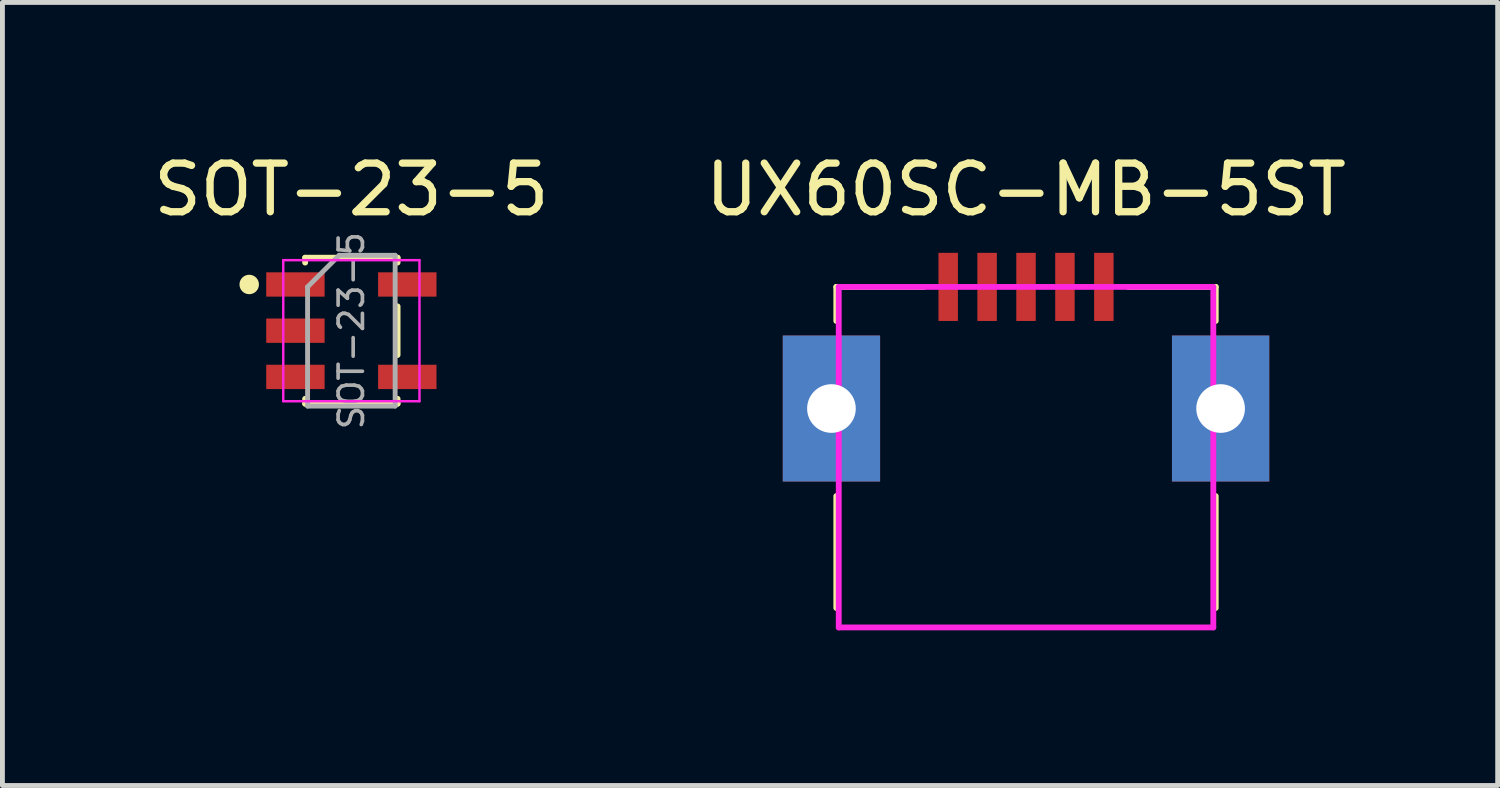
<source format=kicad_pcb>
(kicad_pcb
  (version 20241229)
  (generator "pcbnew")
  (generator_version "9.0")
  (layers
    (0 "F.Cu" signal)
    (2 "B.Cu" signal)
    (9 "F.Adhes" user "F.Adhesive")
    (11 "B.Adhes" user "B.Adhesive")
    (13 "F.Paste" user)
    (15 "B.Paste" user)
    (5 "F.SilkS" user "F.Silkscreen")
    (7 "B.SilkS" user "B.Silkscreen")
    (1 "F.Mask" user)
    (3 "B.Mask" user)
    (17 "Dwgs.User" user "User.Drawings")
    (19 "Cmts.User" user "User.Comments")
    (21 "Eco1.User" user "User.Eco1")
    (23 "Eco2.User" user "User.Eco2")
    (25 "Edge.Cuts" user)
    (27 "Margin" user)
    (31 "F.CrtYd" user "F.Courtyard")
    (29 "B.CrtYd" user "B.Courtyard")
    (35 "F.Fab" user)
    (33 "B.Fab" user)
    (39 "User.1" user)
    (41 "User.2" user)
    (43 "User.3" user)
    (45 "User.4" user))
  (footprint "UX60SC-MB-5ST"
    (layer "F.Cu")
    (at 18.042 9.848)
    (property "Reference" "UX60SC-MB-5ST" (at 0 -9 0) (layer "F.SilkS") (effects (font (size 1 1) (thickness 0.15))))
    (attr through_hole)
    (fp_line (start -3.9 -7) (end -2.1 -7) (stroke (width 0.12) (type solid)) (layer "F.SilkS"))
    (fp_line (start -3.9 -6.3) (end -3.9 -7) (stroke (width 0.12) (type solid)) (layer "F.SilkS"))
    (fp_line (start -3.9 -2.7) (end -3.9 -0.4) (stroke (width 0.12) (type solid)) (layer "F.SilkS"))
    (fp_line (start 3.9 -7) (end 2.1 -7) (stroke (width 0.12) (type solid)) (layer "F.SilkS"))
    (fp_line (start 3.9 -6.3) (end 3.9 -7) (stroke (width 0.12) (type solid)) (layer "F.SilkS"))
    (fp_line (start 3.9 -2.7) (end 3.9 -0.4) (stroke (width 0.12) (type solid)) (layer "F.SilkS"))
    (fp_line (start -3.85 -7) (end 3.85 -7) (stroke (width 0.12) (type solid)) (layer "F.CrtYd"))
    (fp_line (start -3.85 0) (end -3.85 -7) (stroke (width 0.12) (type solid)) (layer "F.CrtYd"))
    (fp_line (start 3.85 -7) (end 3.85 0) (stroke (width 0.12) (type solid)) (layer "F.CrtYd"))
    (fp_line (start 3.85 0) (end -3.85 0) (stroke (width 0.12) (type solid)) (layer "F.CrtYd"))
    (pad "1" smd rect (at -1.6 -7) (size 0.4 1.4) (layers "F.Cu" "F.Mask" "F.Paste"))
    (pad "2" smd rect (at -0.8 -7) (size 0.4 1.4) (layers "F.Cu" "F.Mask" "F.Paste"))
    (pad "3" smd rect (at 0 -7) (size 0.4 1.4) (layers "F.Cu" "F.Mask" "F.Paste"))
    (pad "4" smd rect (at 0.8 -7) (size 0.4 1.4) (layers "F.Cu" "F.Mask" "F.Paste"))
    (pad "5" smd rect (at 1.6 -7) (size 0.4 1.4) (layers "F.Cu" "F.Mask" "F.Paste"))
    (pad "6" thru_hole rect (at -4 -4.5 180) (size 2 3) (drill 1) (layers "*.Cu" "*.Mask"))
    (pad "6" thru_hole rect (at 4 -4.5 180) (size 2 3) (drill 1) (layers "*.Cu" "*.Mask")))
  (footprint "SOT-23-5"
    (layer "F.Cu")
    (at 4.173 3.748)
    (property "Reference" "SOT-23-5" (at 0 -2.9 0) (layer "F.SilkS") (effects (font (size 1 1) (thickness 0.15))))
    (attr smd)
    (fp_line (start -0.95 -1.5) (end -0.95 -1.4) (stroke (width 0.12) (type solid)) (layer "F.SilkS"))
    (fp_line (start -0.95 1.4) (end -0.95 1.5) (stroke (width 0.12) (type solid)) (layer "F.SilkS"))
    (fp_line (start -0.95 1.5) (end 0.95 1.5) (stroke (width 0.12) (type solid)) (layer "F.SilkS"))
    (fp_line (start 0.95 -1.5) (end -0.95 -1.5) (stroke (width 0.12) (type solid)) (layer "F.SilkS"))
    (fp_line (start 0.95 -1.4) (end 0.95 -1.5) (stroke (width 0.12) (type solid)) (layer "F.SilkS"))
    (fp_line (start 0.95 -0.5) (end 0.95 0.5) (stroke (width 0.12) (type solid)) (layer "F.SilkS"))
    (fp_line (start 0.95 1.5) (end 0.95 1.4) (stroke (width 0.12) (type solid)) (layer "F.SilkS"))
    (fp_circle (center -2.1 -0.95) (end -2 -0.95) (stroke (width 0.2) (type solid)) (fill no) (layer "F.SilkS"))
    (fp_line (start -1.4 -1.45) (end 1.4 -1.45) (stroke (width 0.05) (type solid)) (layer "F.CrtYd"))
    (fp_line (start -1.4 1.45) (end -1.4 -1.45) (stroke (width 0.05) (type solid)) (layer "F.CrtYd"))
    (fp_line (start 1.4 -1.45) (end 1.4 1.45) (stroke (width 0.05) (type solid)) (layer "F.CrtYd"))
    (fp_line (start 1.4 1.45) (end -1.4 1.45) (stroke (width 0.05) (type solid)) (layer "F.CrtYd"))
    (fp_line (start -0.9 -0.9) (end -0.9 1.55) (stroke (width 0.1) (type solid)) (layer "F.Fab"))
    (fp_line (start -0.9 -0.9) (end -0.25 -1.55) (stroke (width 0.1) (type solid)) (layer "F.Fab"))
    (fp_line (start 0.9 -1.55) (end -0.25 -1.55) (stroke (width 0.1) (type solid)) (layer "F.Fab"))
    (fp_line (start 0.9 -1.55) (end 0.9 1.55) (stroke (width 0.1) (type solid)) (layer "F.Fab"))
    (fp_line (start 0.9 1.55) (end -0.9 1.55) (stroke (width 0.1) (type solid)) (layer "F.Fab"))
    (fp_text user "${REFERENCE}" (at 0 0 90) (layer "F.Fab") (effects (font (size 0.5 0.5) (thickness 0.075))))
    (pad "1" smd rect (at -1.15 -0.95) (size 1.2 0.5) (layers "F.Cu" "F.Mask" "F.Paste"))
    (pad "2" smd rect (at -1.15 0) (size 1.2 0.5) (layers "F.Cu" "F.Mask" "F.Paste"))
    (pad "3" smd rect (at -1.15 0.95) (size 1.2 0.5) (layers "F.Cu" "F.Mask" "F.Paste"))
    (pad "4" smd rect (at 1.15 0.95) (size 1.2 0.5) (layers "F.Cu" "F.Mask" "F.Paste"))
    (pad "5" smd rect (at 1.15 -0.95) (size 1.2 0.5) (layers "F.Cu" "F.Mask" "F.Paste")))
  (gr_rect
    (start -3 -3)
    (end 27.738 13.098)
    (stroke (width 0.1) (type default))
    (fill no)
    (layer "Edge.Cuts")))
</source>
